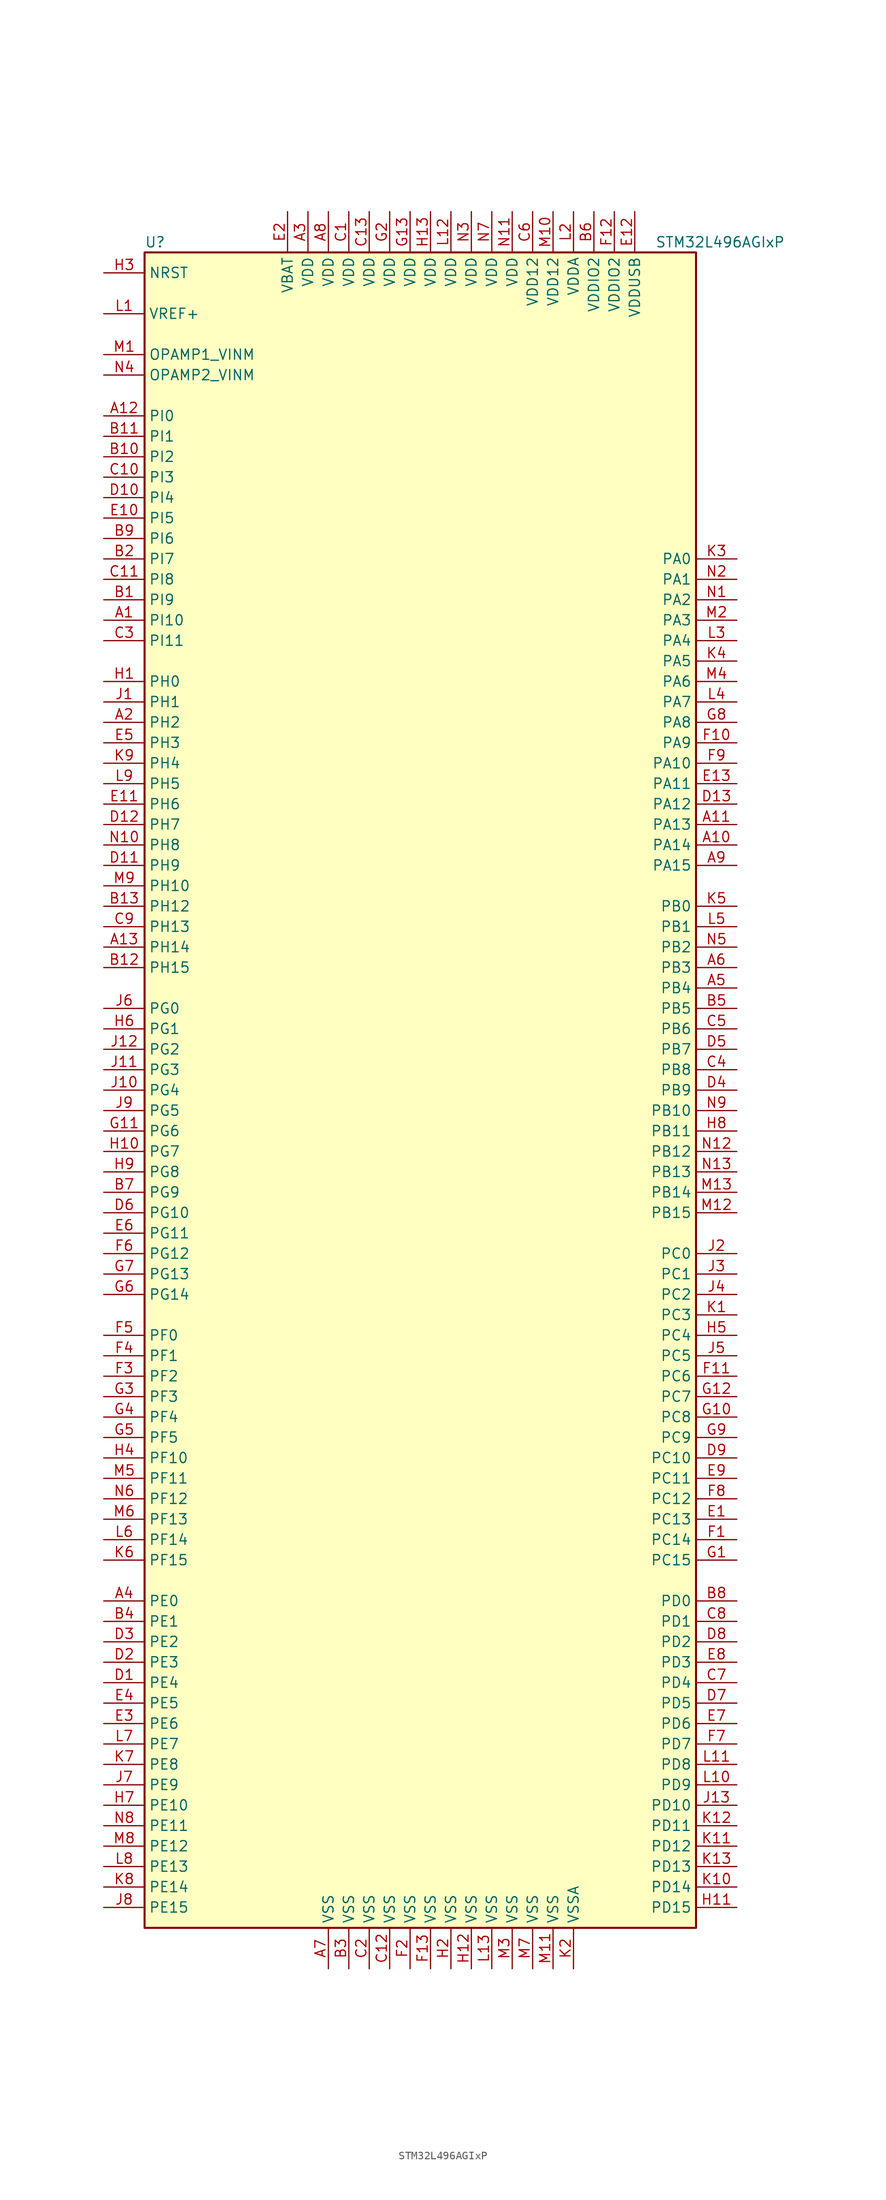
<source format=kicad_sym>
(kicad_symbol_lib
  (version 20201005)
  (generator kicad_symbol_editor)
  (symbol "STM32L496AGIxP"
    (property "Reference" "U"
      (at -35.56 105.41 0)
      (effects (font (size 1.27 1.27)) (justify left)))
    (property "Value" "STM32L496AGIxP"
      (at 27.94 105.41 0)
      (effects (font (size 1.27 1.27)) (justify left)))
    (symbol "STM32L496AGIxP_0_1"
      (rectangle (start -35.56 -104.14) (end 33.02 104.14) (stroke (width 0.254)) (fill (type background))))
    (symbol "STM32L496AGIxP_1_1"
      (pin bidirectional line (at -40.64 58.42 0) (length 5.08) (name "PI10" (effects (font (size 1.27 1.27)))) (number "A1" (effects (font (size 1.27 1.27)))))
      (pin bidirectional line (at 38.1 30.48 180) (length 5.08) (name "PA14" (effects (font (size 1.27 1.27)))) (number "A10" (effects (font (size 1.27 1.27)))))
      (pin bidirectional line (at 38.1 33.02 180) (length 5.08) (name "PA13" (effects (font (size 1.27 1.27)))) (number "A11" (effects (font (size 1.27 1.27)))))
      (pin bidirectional line (at -40.64 83.82 0) (length 5.08) (name "PI0" (effects (font (size 1.27 1.27)))) (number "A12" (effects (font (size 1.27 1.27)))))
      (pin bidirectional line (at -40.64 17.78 0) (length 5.08) (name "PH14" (effects (font (size 1.27 1.27)))) (number "A13" (effects (font (size 1.27 1.27)))))
      (pin bidirectional line (at -40.64 45.72 0) (length 5.08) (name "PH2" (effects (font (size 1.27 1.27)))) (number "A2" (effects (font (size 1.27 1.27)))))
      (pin power_in line (at -15.24 109.22 270) (length 5.08) (name "VDD" (effects (font (size 1.27 1.27)))) (number "A3" (effects (font (size 1.27 1.27)))))
      (pin bidirectional line (at -40.64 -63.5 0) (length 5.08) (name "PE0" (effects (font (size 1.27 1.27)))) (number "A4" (effects (font (size 1.27 1.27)))))
      (pin bidirectional line (at 38.1 12.7 180) (length 5.08) (name "PB4" (effects (font (size 1.27 1.27)))) (number "A5" (effects (font (size 1.27 1.27)))))
      (pin bidirectional line (at 38.1 15.24 180) (length 5.08) (name "PB3" (effects (font (size 1.27 1.27)))) (number "A6" (effects (font (size 1.27 1.27)))))
      (pin power_in line (at -12.7 -109.22 90) (length 5.08) (name "VSS" (effects (font (size 1.27 1.27)))) (number "A7" (effects (font (size 1.27 1.27)))))
      (pin power_in line (at -12.7 109.22 270) (length 5.08) (name "VDD" (effects (font (size 1.27 1.27)))) (number "A8" (effects (font (size 1.27 1.27)))))
      (pin bidirectional line (at 38.1 27.94 180) (length 5.08) (name "PA15" (effects (font (size 1.27 1.27)))) (number "A9" (effects (font (size 1.27 1.27)))))
      (pin bidirectional line (at -40.64 60.96 0) (length 5.08) (name "PI9" (effects (font (size 1.27 1.27)))) (number "B1" (effects (font (size 1.27 1.27)))))
      (pin bidirectional line (at -40.64 78.74 0) (length 5.08) (name "PI2" (effects (font (size 1.27 1.27)))) (number "B10" (effects (font (size 1.27 1.27)))))
      (pin bidirectional line (at -40.64 81.28 0) (length 5.08) (name "PI1" (effects (font (size 1.27 1.27)))) (number "B11" (effects (font (size 1.27 1.27)))))
      (pin bidirectional line (at -40.64 15.24 0) (length 5.08) (name "PH15" (effects (font (size 1.27 1.27)))) (number "B12" (effects (font (size 1.27 1.27)))))
      (pin bidirectional line (at -40.64 22.86 0) (length 5.08) (name "PH12" (effects (font (size 1.27 1.27)))) (number "B13" (effects (font (size 1.27 1.27)))))
      (pin bidirectional line (at -40.64 66.04 0) (length 5.08) (name "PI7" (effects (font (size 1.27 1.27)))) (number "B2" (effects (font (size 1.27 1.27)))))
      (pin power_in line (at -10.16 -109.22 90) (length 5.08) (name "VSS" (effects (font (size 1.27 1.27)))) (number "B3" (effects (font (size 1.27 1.27)))))
      (pin bidirectional line (at -40.64 -66.04 0) (length 5.08) (name "PE1" (effects (font (size 1.27 1.27)))) (number "B4" (effects (font (size 1.27 1.27)))))
      (pin bidirectional line (at 38.1 10.16 180) (length 5.08) (name "PB5" (effects (font (size 1.27 1.27)))) (number "B5" (effects (font (size 1.27 1.27)))))
      (pin power_in line (at 20.32 109.22 270) (length 5.08) (name "VDDIO2" (effects (font (size 1.27 1.27)))) (number "B6" (effects (font (size 1.27 1.27)))))
      (pin bidirectional line (at -40.64 -12.7 0) (length 5.08) (name "PG9" (effects (font (size 1.27 1.27)))) (number "B7" (effects (font (size 1.27 1.27)))))
      (pin bidirectional line (at 38.1 -63.5 180) (length 5.08) (name "PD0" (effects (font (size 1.27 1.27)))) (number "B8" (effects (font (size 1.27 1.27)))))
      (pin bidirectional line (at -40.64 68.58 0) (length 5.08) (name "PI6" (effects (font (size 1.27 1.27)))) (number "B9" (effects (font (size 1.27 1.27)))))
      (pin power_in line (at -10.16 109.22 270) (length 5.08) (name "VDD" (effects (font (size 1.27 1.27)))) (number "C1" (effects (font (size 1.27 1.27)))))
      (pin bidirectional line (at -40.64 76.2 0) (length 5.08) (name "PI3" (effects (font (size 1.27 1.27)))) (number "C10" (effects (font (size 1.27 1.27)))))
      (pin bidirectional line (at -40.64 63.5 0) (length 5.08) (name "PI8" (effects (font (size 1.27 1.27)))) (number "C11" (effects (font (size 1.27 1.27)))))
      (pin power_in line (at -5.08 -109.22 90) (length 5.08) (name "VSS" (effects (font (size 1.27 1.27)))) (number "C12" (effects (font (size 1.27 1.27)))))
      (pin power_in line (at -7.62 109.22 270) (length 5.08) (name "VDD" (effects (font (size 1.27 1.27)))) (number "C13" (effects (font (size 1.27 1.27)))))
      (pin power_in line (at -7.62 -109.22 90) (length 5.08) (name "VSS" (effects (font (size 1.27 1.27)))) (number "C2" (effects (font (size 1.27 1.27)))))
      (pin bidirectional line (at -40.64 55.88 0) (length 5.08) (name "PI11" (effects (font (size 1.27 1.27)))) (number "C3" (effects (font (size 1.27 1.27)))))
      (pin bidirectional line (at 38.1 2.54 180) (length 5.08) (name "PB8" (effects (font (size 1.27 1.27)))) (number "C4" (effects (font (size 1.27 1.27)))))
      (pin bidirectional line (at 38.1 7.62 180) (length 5.08) (name "PB6" (effects (font (size 1.27 1.27)))) (number "C5" (effects (font (size 1.27 1.27)))))
      (pin power_in line (at 12.7 109.22 270) (length 5.08) (name "VDD12" (effects (font (size 1.27 1.27)))) (number "C6" (effects (font (size 1.27 1.27)))))
      (pin bidirectional line (at 38.1 -73.66 180) (length 5.08) (name "PD4" (effects (font (size 1.27 1.27)))) (number "C7" (effects (font (size 1.27 1.27)))))
      (pin bidirectional line (at 38.1 -66.04 180) (length 5.08) (name "PD1" (effects (font (size 1.27 1.27)))) (number "C8" (effects (font (size 1.27 1.27)))))
      (pin bidirectional line (at -40.64 20.32 0) (length 5.08) (name "PH13" (effects (font (size 1.27 1.27)))) (number "C9" (effects (font (size 1.27 1.27)))))
      (pin bidirectional line (at -40.64 -73.66 0) (length 5.08) (name "PE4" (effects (font (size 1.27 1.27)))) (number "D1" (effects (font (size 1.27 1.27)))))
      (pin bidirectional line (at -40.64 73.66 0) (length 5.08) (name "PI4" (effects (font (size 1.27 1.27)))) (number "D10" (effects (font (size 1.27 1.27)))))
      (pin bidirectional line (at -40.64 27.94 0) (length 5.08) (name "PH9" (effects (font (size 1.27 1.27)))) (number "D11" (effects (font (size 1.27 1.27)))))
      (pin bidirectional line (at -40.64 33.02 0) (length 5.08) (name "PH7" (effects (font (size 1.27 1.27)))) (number "D12" (effects (font (size 1.27 1.27)))))
      (pin bidirectional line (at 38.1 35.56 180) (length 5.08) (name "PA12" (effects (font (size 1.27 1.27)))) (number "D13" (effects (font (size 1.27 1.27)))))
      (pin bidirectional line (at -40.64 -71.12 0) (length 5.08) (name "PE3" (effects (font (size 1.27 1.27)))) (number "D2" (effects (font (size 1.27 1.27)))))
      (pin bidirectional line (at -40.64 -68.58 0) (length 5.08) (name "PE2" (effects (font (size 1.27 1.27)))) (number "D3" (effects (font (size 1.27 1.27)))))
      (pin bidirectional line (at 38.1 0 180) (length 5.08) (name "PB9" (effects (font (size 1.27 1.27)))) (number "D4" (effects (font (size 1.27 1.27)))))
      (pin bidirectional line (at 38.1 5.08 180) (length 5.08) (name "PB7" (effects (font (size 1.27 1.27)))) (number "D5" (effects (font (size 1.27 1.27)))))
      (pin bidirectional line (at -40.64 -15.24 0) (length 5.08) (name "PG10" (effects (font (size 1.27 1.27)))) (number "D6" (effects (font (size 1.27 1.27)))))
      (pin bidirectional line (at 38.1 -76.2 180) (length 5.08) (name "PD5" (effects (font (size 1.27 1.27)))) (number "D7" (effects (font (size 1.27 1.27)))))
      (pin bidirectional line (at 38.1 -68.58 180) (length 5.08) (name "PD2" (effects (font (size 1.27 1.27)))) (number "D8" (effects (font (size 1.27 1.27)))))
      (pin bidirectional line (at 38.1 -45.72 180) (length 5.08) (name "PC10" (effects (font (size 1.27 1.27)))) (number "D9" (effects (font (size 1.27 1.27)))))
      (pin bidirectional line (at 38.1 -53.34 180) (length 5.08) (name "PC13" (effects (font (size 1.27 1.27)))) (number "E1" (effects (font (size 1.27 1.27)))))
      (pin bidirectional line (at -40.64 71.12 0) (length 5.08) (name "PI5" (effects (font (size 1.27 1.27)))) (number "E10" (effects (font (size 1.27 1.27)))))
      (pin bidirectional line (at -40.64 35.56 0) (length 5.08) (name "PH6" (effects (font (size 1.27 1.27)))) (number "E11" (effects (font (size 1.27 1.27)))))
      (pin power_in line (at 25.4 109.22 270) (length 5.08) (name "VDDUSB" (effects (font (size 1.27 1.27)))) (number "E12" (effects (font (size 1.27 1.27)))))
      (pin bidirectional line (at 38.1 38.1 180) (length 5.08) (name "PA11" (effects (font (size 1.27 1.27)))) (number "E13" (effects (font (size 1.27 1.27)))))
      (pin power_in line (at -17.78 109.22 270) (length 5.08) (name "VBAT" (effects (font (size 1.27 1.27)))) (number "E2" (effects (font (size 1.27 1.27)))))
      (pin bidirectional line (at -40.64 -78.74 0) (length 5.08) (name "PE6" (effects (font (size 1.27 1.27)))) (number "E3" (effects (font (size 1.27 1.27)))))
      (pin bidirectional line (at -40.64 -76.2 0) (length 5.08) (name "PE5" (effects (font (size 1.27 1.27)))) (number "E4" (effects (font (size 1.27 1.27)))))
      (pin bidirectional line (at -40.64 43.18 0) (length 5.08) (name "PH3" (effects (font (size 1.27 1.27)))) (number "E5" (effects (font (size 1.27 1.27)))))
      (pin bidirectional line (at -40.64 -17.78 0) (length 5.08) (name "PG11" (effects (font (size 1.27 1.27)))) (number "E6" (effects (font (size 1.27 1.27)))))
      (pin bidirectional line (at 38.1 -78.74 180) (length 5.08) (name "PD6" (effects (font (size 1.27 1.27)))) (number "E7" (effects (font (size 1.27 1.27)))))
      (pin bidirectional line (at 38.1 -71.12 180) (length 5.08) (name "PD3" (effects (font (size 1.27 1.27)))) (number "E8" (effects (font (size 1.27 1.27)))))
      (pin bidirectional line (at 38.1 -48.26 180) (length 5.08) (name "PC11" (effects (font (size 1.27 1.27)))) (number "E9" (effects (font (size 1.27 1.27)))))
      (pin bidirectional line (at 38.1 -55.88 180) (length 5.08) (name "PC14" (effects (font (size 1.27 1.27)))) (number "F1" (effects (font (size 1.27 1.27)))))
      (pin bidirectional line (at 38.1 43.18 180) (length 5.08) (name "PA9" (effects (font (size 1.27 1.27)))) (number "F10" (effects (font (size 1.27 1.27)))))
      (pin bidirectional line (at 38.1 -35.56 180) (length 5.08) (name "PC6" (effects (font (size 1.27 1.27)))) (number "F11" (effects (font (size 1.27 1.27)))))
      (pin power_in line (at 22.86 109.22 270) (length 5.08) (name "VDDIO2" (effects (font (size 1.27 1.27)))) (number "F12" (effects (font (size 1.27 1.27)))))
      (pin power_in line (at 0 -109.22 90) (length 5.08) (name "VSS" (effects (font (size 1.27 1.27)))) (number "F13" (effects (font (size 1.27 1.27)))))
      (pin power_in line (at -2.54 -109.22 90) (length 5.08) (name "VSS" (effects (font (size 1.27 1.27)))) (number "F2" (effects (font (size 1.27 1.27)))))
      (pin bidirectional line (at -40.64 -35.56 0) (length 5.08) (name "PF2" (effects (font (size 1.27 1.27)))) (number "F3" (effects (font (size 1.27 1.27)))))
      (pin bidirectional line (at -40.64 -33.02 0) (length 5.08) (name "PF1" (effects (font (size 1.27 1.27)))) (number "F4" (effects (font (size 1.27 1.27)))))
      (pin bidirectional line (at -40.64 -30.48 0) (length 5.08) (name "PF0" (effects (font (size 1.27 1.27)))) (number "F5" (effects (font (size 1.27 1.27)))))
      (pin bidirectional line (at -40.64 -20.32 0) (length 5.08) (name "PG12" (effects (font (size 1.27 1.27)))) (number "F6" (effects (font (size 1.27 1.27)))))
      (pin bidirectional line (at 38.1 -81.28 180) (length 5.08) (name "PD7" (effects (font (size 1.27 1.27)))) (number "F7" (effects (font (size 1.27 1.27)))))
      (pin bidirectional line (at 38.1 -50.8 180) (length 5.08) (name "PC12" (effects (font (size 1.27 1.27)))) (number "F8" (effects (font (size 1.27 1.27)))))
      (pin bidirectional line (at 38.1 40.64 180) (length 5.08) (name "PA10" (effects (font (size 1.27 1.27)))) (number "F9" (effects (font (size 1.27 1.27)))))
      (pin bidirectional line (at 38.1 -58.42 180) (length 5.08) (name "PC15" (effects (font (size 1.27 1.27)))) (number "G1" (effects (font (size 1.27 1.27)))))
      (pin bidirectional line (at 38.1 -40.64 180) (length 5.08) (name "PC8" (effects (font (size 1.27 1.27)))) (number "G10" (effects (font (size 1.27 1.27)))))
      (pin bidirectional line (at -40.64 -5.08 0) (length 5.08) (name "PG6" (effects (font (size 1.27 1.27)))) (number "G11" (effects (font (size 1.27 1.27)))))
      (pin bidirectional line (at 38.1 -38.1 180) (length 5.08) (name "PC7" (effects (font (size 1.27 1.27)))) (number "G12" (effects (font (size 1.27 1.27)))))
      (pin power_in line (at -2.54 109.22 270) (length 5.08) (name "VDD" (effects (font (size 1.27 1.27)))) (number "G13" (effects (font (size 1.27 1.27)))))
      (pin power_in line (at -5.08 109.22 270) (length 5.08) (name "VDD" (effects (font (size 1.27 1.27)))) (number "G2" (effects (font (size 1.27 1.27)))))
      (pin bidirectional line (at -40.64 -38.1 0) (length 5.08) (name "PF3" (effects (font (size 1.27 1.27)))) (number "G3" (effects (font (size 1.27 1.27)))))
      (pin bidirectional line (at -40.64 -40.64 0) (length 5.08) (name "PF4" (effects (font (size 1.27 1.27)))) (number "G4" (effects (font (size 1.27 1.27)))))
      (pin bidirectional line (at -40.64 -43.18 0) (length 5.08) (name "PF5" (effects (font (size 1.27 1.27)))) (number "G5" (effects (font (size 1.27 1.27)))))
      (pin bidirectional line (at -40.64 -25.4 0) (length 5.08) (name "PG14" (effects (font (size 1.27 1.27)))) (number "G6" (effects (font (size 1.27 1.27)))))
      (pin bidirectional line (at -40.64 -22.86 0) (length 5.08) (name "PG13" (effects (font (size 1.27 1.27)))) (number "G7" (effects (font (size 1.27 1.27)))))
      (pin bidirectional line (at 38.1 45.72 180) (length 5.08) (name "PA8" (effects (font (size 1.27 1.27)))) (number "G8" (effects (font (size 1.27 1.27)))))
      (pin bidirectional line (at 38.1 -43.18 180) (length 5.08) (name "PC9" (effects (font (size 1.27 1.27)))) (number "G9" (effects (font (size 1.27 1.27)))))
      (pin input line (at -40.64 50.8 0) (length 5.08) (name "PH0" (effects (font (size 1.27 1.27)))) (number "H1" (effects (font (size 1.27 1.27)))))
      (pin bidirectional line (at -40.64 -7.62 0) (length 5.08) (name "PG7" (effects (font (size 1.27 1.27)))) (number "H10" (effects (font (size 1.27 1.27)))))
      (pin bidirectional line (at 38.1 -101.6 180) (length 5.08) (name "PD15" (effects (font (size 1.27 1.27)))) (number "H11" (effects (font (size 1.27 1.27)))))
      (pin power_in line (at 5.08 -109.22 90) (length 5.08) (name "VSS" (effects (font (size 1.27 1.27)))) (number "H12" (effects (font (size 1.27 1.27)))))
      (pin power_in line (at 0 109.22 270) (length 5.08) (name "VDD" (effects (font (size 1.27 1.27)))) (number "H13" (effects (font (size 1.27 1.27)))))
      (pin power_in line (at 2.54 -109.22 90) (length 5.08) (name "VSS" (effects (font (size 1.27 1.27)))) (number "H2" (effects (font (size 1.27 1.27)))))
      (pin input line (at -40.64 101.6 0) (length 5.08) (name "NRST" (effects (font (size 1.27 1.27)))) (number "H3" (effects (font (size 1.27 1.27)))))
      (pin bidirectional line (at -40.64 -45.72 0) (length 5.08) (name "PF10" (effects (font (size 1.27 1.27)))) (number "H4" (effects (font (size 1.27 1.27)))))
      (pin bidirectional line (at 38.1 -30.48 180) (length 5.08) (name "PC4" (effects (font (size 1.27 1.27)))) (number "H5" (effects (font (size 1.27 1.27)))))
      (pin bidirectional line (at -40.64 7.62 0) (length 5.08) (name "PG1" (effects (font (size 1.27 1.27)))) (number "H6" (effects (font (size 1.27 1.27)))))
      (pin bidirectional line (at -40.64 -88.9 0) (length 5.08) (name "PE10" (effects (font (size 1.27 1.27)))) (number "H7" (effects (font (size 1.27 1.27)))))
      (pin bidirectional line (at 38.1 -5.08 180) (length 5.08) (name "PB11" (effects (font (size 1.27 1.27)))) (number "H8" (effects (font (size 1.27 1.27)))))
      (pin bidirectional line (at -40.64 -10.16 0) (length 5.08) (name "PG8" (effects (font (size 1.27 1.27)))) (number "H9" (effects (font (size 1.27 1.27)))))
      (pin input line (at -40.64 48.26 0) (length 5.08) (name "PH1" (effects (font (size 1.27 1.27)))) (number "J1" (effects (font (size 1.27 1.27)))))
      (pin bidirectional line (at -40.64 0 0) (length 5.08) (name "PG4" (effects (font (size 1.27 1.27)))) (number "J10" (effects (font (size 1.27 1.27)))))
      (pin bidirectional line (at -40.64 2.54 0) (length 5.08) (name "PG3" (effects (font (size 1.27 1.27)))) (number "J11" (effects (font (size 1.27 1.27)))))
      (pin bidirectional line (at -40.64 5.08 0) (length 5.08) (name "PG2" (effects (font (size 1.27 1.27)))) (number "J12" (effects (font (size 1.27 1.27)))))
      (pin bidirectional line (at 38.1 -88.9 180) (length 5.08) (name "PD10" (effects (font (size 1.27 1.27)))) (number "J13" (effects (font (size 1.27 1.27)))))
      (pin bidirectional line (at 38.1 -20.32 180) (length 5.08) (name "PC0" (effects (font (size 1.27 1.27)))) (number "J2" (effects (font (size 1.27 1.27)))))
      (pin bidirectional line (at 38.1 -22.86 180) (length 5.08) (name "PC1" (effects (font (size 1.27 1.27)))) (number "J3" (effects (font (size 1.27 1.27)))))
      (pin bidirectional line (at 38.1 -25.4 180) (length 5.08) (name "PC2" (effects (font (size 1.27 1.27)))) (number "J4" (effects (font (size 1.27 1.27)))))
      (pin bidirectional line (at 38.1 -33.02 180) (length 5.08) (name "PC5" (effects (font (size 1.27 1.27)))) (number "J5" (effects (font (size 1.27 1.27)))))
      (pin bidirectional line (at -40.64 10.16 0) (length 5.08) (name "PG0" (effects (font (size 1.27 1.27)))) (number "J6" (effects (font (size 1.27 1.27)))))
      (pin bidirectional line (at -40.64 -86.36 0) (length 5.08) (name "PE9" (effects (font (size 1.27 1.27)))) (number "J7" (effects (font (size 1.27 1.27)))))
      (pin bidirectional line (at -40.64 -101.6 0) (length 5.08) (name "PE15" (effects (font (size 1.27 1.27)))) (number "J8" (effects (font (size 1.27 1.27)))))
      (pin bidirectional line (at -40.64 -2.54 0) (length 5.08) (name "PG5" (effects (font (size 1.27 1.27)))) (number "J9" (effects (font (size 1.27 1.27)))))
      (pin bidirectional line (at 38.1 -27.94 180) (length 5.08) (name "PC3" (effects (font (size 1.27 1.27)))) (number "K1" (effects (font (size 1.27 1.27)))))
      (pin bidirectional line (at 38.1 -99.06 180) (length 5.08) (name "PD14" (effects (font (size 1.27 1.27)))) (number "K10" (effects (font (size 1.27 1.27)))))
      (pin bidirectional line (at 38.1 -93.98 180) (length 5.08) (name "PD12" (effects (font (size 1.27 1.27)))) (number "K11" (effects (font (size 1.27 1.27)))))
      (pin bidirectional line (at 38.1 -91.44 180) (length 5.08) (name "PD11" (effects (font (size 1.27 1.27)))) (number "K12" (effects (font (size 1.27 1.27)))))
      (pin bidirectional line (at 38.1 -96.52 180) (length 5.08) (name "PD13" (effects (font (size 1.27 1.27)))) (number "K13" (effects (font (size 1.27 1.27)))))
      (pin power_in line (at 17.78 -109.22 90) (length 5.08) (name "VSSA" (effects (font (size 1.27 1.27)))) (number "K2" (effects (font (size 1.27 1.27)))))
      (pin bidirectional line (at 38.1 66.04 180) (length 5.08) (name "PA0" (effects (font (size 1.27 1.27)))) (number "K3" (effects (font (size 1.27 1.27)))))
      (pin bidirectional line (at 38.1 53.34 180) (length 5.08) (name "PA5" (effects (font (size 1.27 1.27)))) (number "K4" (effects (font (size 1.27 1.27)))))
      (pin bidirectional line (at 38.1 22.86 180) (length 5.08) (name "PB0" (effects (font (size 1.27 1.27)))) (number "K5" (effects (font (size 1.27 1.27)))))
      (pin bidirectional line (at -40.64 -58.42 0) (length 5.08) (name "PF15" (effects (font (size 1.27 1.27)))) (number "K6" (effects (font (size 1.27 1.27)))))
      (pin bidirectional line (at -40.64 -83.82 0) (length 5.08) (name "PE8" (effects (font (size 1.27 1.27)))) (number "K7" (effects (font (size 1.27 1.27)))))
      (pin bidirectional line (at -40.64 -99.06 0) (length 5.08) (name "PE14" (effects (font (size 1.27 1.27)))) (number "K8" (effects (font (size 1.27 1.27)))))
      (pin bidirectional line (at -40.64 40.64 0) (length 5.08) (name "PH4" (effects (font (size 1.27 1.27)))) (number "K9" (effects (font (size 1.27 1.27)))))
      (pin bidirectional line (at -40.64 96.52 0) (length 5.08) (name "VREF+" (effects (font (size 1.27 1.27)))) (number "L1" (effects (font (size 1.27 1.27)))))
      (pin bidirectional line (at 38.1 -86.36 180) (length 5.08) (name "PD9" (effects (font (size 1.27 1.27)))) (number "L10" (effects (font (size 1.27 1.27)))))
      (pin bidirectional line (at 38.1 -83.82 180) (length 5.08) (name "PD8" (effects (font (size 1.27 1.27)))) (number "L11" (effects (font (size 1.27 1.27)))))
      (pin power_in line (at 2.54 109.22 270) (length 5.08) (name "VDD" (effects (font (size 1.27 1.27)))) (number "L12" (effects (font (size 1.27 1.27)))))
      (pin power_in line (at 7.62 -109.22 90) (length 5.08) (name "VSS" (effects (font (size 1.27 1.27)))) (number "L13" (effects (font (size 1.27 1.27)))))
      (pin power_in line (at 17.78 109.22 270) (length 5.08) (name "VDDA" (effects (font (size 1.27 1.27)))) (number "L2" (effects (font (size 1.27 1.27)))))
      (pin bidirectional line (at 38.1 55.88 180) (length 5.08) (name "PA4" (effects (font (size 1.27 1.27)))) (number "L3" (effects (font (size 1.27 1.27)))))
      (pin bidirectional line (at 38.1 48.26 180) (length 5.08) (name "PA7" (effects (font (size 1.27 1.27)))) (number "L4" (effects (font (size 1.27 1.27)))))
      (pin bidirectional line (at 38.1 20.32 180) (length 5.08) (name "PB1" (effects (font (size 1.27 1.27)))) (number "L5" (effects (font (size 1.27 1.27)))))
      (pin bidirectional line (at -40.64 -55.88 0) (length 5.08) (name "PF14" (effects (font (size 1.27 1.27)))) (number "L6" (effects (font (size 1.27 1.27)))))
      (pin bidirectional line (at -40.64 -81.28 0) (length 5.08) (name "PE7" (effects (font (size 1.27 1.27)))) (number "L7" (effects (font (size 1.27 1.27)))))
      (pin bidirectional line (at -40.64 -96.52 0) (length 5.08) (name "PE13" (effects (font (size 1.27 1.27)))) (number "L8" (effects (font (size 1.27 1.27)))))
      (pin bidirectional line (at -40.64 38.1 0) (length 5.08) (name "PH5" (effects (font (size 1.27 1.27)))) (number "L9" (effects (font (size 1.27 1.27)))))
      (pin bidirectional line (at -40.64 91.44 0) (length 5.08) (name "OPAMP1_VINM" (effects (font (size 1.27 1.27)))) (number "M1" (effects (font (size 1.27 1.27)))))
      (pin power_in line (at 15.24 109.22 270) (length 5.08) (name "VDD12" (effects (font (size 1.27 1.27)))) (number "M10" (effects (font (size 1.27 1.27)))))
      (pin power_in line (at 15.24 -109.22 90) (length 5.08) (name "VSS" (effects (font (size 1.27 1.27)))) (number "M11" (effects (font (size 1.27 1.27)))))
      (pin bidirectional line (at 38.1 -15.24 180) (length 5.08) (name "PB15" (effects (font (size 1.27 1.27)))) (number "M12" (effects (font (size 1.27 1.27)))))
      (pin bidirectional line (at 38.1 -12.7 180) (length 5.08) (name "PB14" (effects (font (size 1.27 1.27)))) (number "M13" (effects (font (size 1.27 1.27)))))
      (pin bidirectional line (at 38.1 58.42 180) (length 5.08) (name "PA3" (effects (font (size 1.27 1.27)))) (number "M2" (effects (font (size 1.27 1.27)))))
      (pin power_in line (at 10.16 -109.22 90) (length 5.08) (name "VSS" (effects (font (size 1.27 1.27)))) (number "M3" (effects (font (size 1.27 1.27)))))
      (pin bidirectional line (at 38.1 50.8 180) (length 5.08) (name "PA6" (effects (font (size 1.27 1.27)))) (number "M4" (effects (font (size 1.27 1.27)))))
      (pin bidirectional line (at -40.64 -48.26 0) (length 5.08) (name "PF11" (effects (font (size 1.27 1.27)))) (number "M5" (effects (font (size 1.27 1.27)))))
      (pin bidirectional line (at -40.64 -53.34 0) (length 5.08) (name "PF13" (effects (font (size 1.27 1.27)))) (number "M6" (effects (font (size 1.27 1.27)))))
      (pin power_in line (at 12.7 -109.22 90) (length 5.08) (name "VSS" (effects (font (size 1.27 1.27)))) (number "M7" (effects (font (size 1.27 1.27)))))
      (pin bidirectional line (at -40.64 -93.98 0) (length 5.08) (name "PE12" (effects (font (size 1.27 1.27)))) (number "M8" (effects (font (size 1.27 1.27)))))
      (pin bidirectional line (at -40.64 25.4 0) (length 5.08) (name "PH10" (effects (font (size 1.27 1.27)))) (number "M9" (effects (font (size 1.27 1.27)))))
      (pin bidirectional line (at 38.1 60.96 180) (length 5.08) (name "PA2" (effects (font (size 1.27 1.27)))) (number "N1" (effects (font (size 1.27 1.27)))))
      (pin bidirectional line (at -40.64 30.48 0) (length 5.08) (name "PH8" (effects (font (size 1.27 1.27)))) (number "N10" (effects (font (size 1.27 1.27)))))
      (pin power_in line (at 10.16 109.22 270) (length 5.08) (name "VDD" (effects (font (size 1.27 1.27)))) (number "N11" (effects (font (size 1.27 1.27)))))
      (pin bidirectional line (at 38.1 -7.62 180) (length 5.08) (name "PB12" (effects (font (size 1.27 1.27)))) (number "N12" (effects (font (size 1.27 1.27)))))
      (pin bidirectional line (at 38.1 -10.16 180) (length 5.08) (name "PB13" (effects (font (size 1.27 1.27)))) (number "N13" (effects (font (size 1.27 1.27)))))
      (pin bidirectional line (at 38.1 63.5 180) (length 5.08) (name "PA1" (effects (font (size 1.27 1.27)))) (number "N2" (effects (font (size 1.27 1.27)))))
      (pin power_in line (at 5.08 109.22 270) (length 5.08) (name "VDD" (effects (font (size 1.27 1.27)))) (number "N3" (effects (font (size 1.27 1.27)))))
      (pin bidirectional line (at -40.64 88.9 0) (length 5.08) (name "OPAMP2_VINM" (effects (font (size 1.27 1.27)))) (number "N4" (effects (font (size 1.27 1.27)))))
      (pin bidirectional line (at 38.1 17.78 180) (length 5.08) (name "PB2" (effects (font (size 1.27 1.27)))) (number "N5" (effects (font (size 1.27 1.27)))))
      (pin bidirectional line (at -40.64 -50.8 0) (length 5.08) (name "PF12" (effects (font (size 1.27 1.27)))) (number "N6" (effects (font (size 1.27 1.27)))))
      (pin power_in line (at 7.62 109.22 270) (length 5.08) (name "VDD" (effects (font (size 1.27 1.27)))) (number "N7" (effects (font (size 1.27 1.27)))))
      (pin bidirectional line (at -40.64 -91.44 0) (length 5.08) (name "PE11" (effects (font (size 1.27 1.27)))) (number "N8" (effects (font (size 1.27 1.27)))))
      (pin bidirectional line (at 38.1 -2.54 180) (length 5.08) (name "PB10" (effects (font (size 1.27 1.27)))) (number "N9" (effects (font (size 1.27 1.27))))))))
</source>
